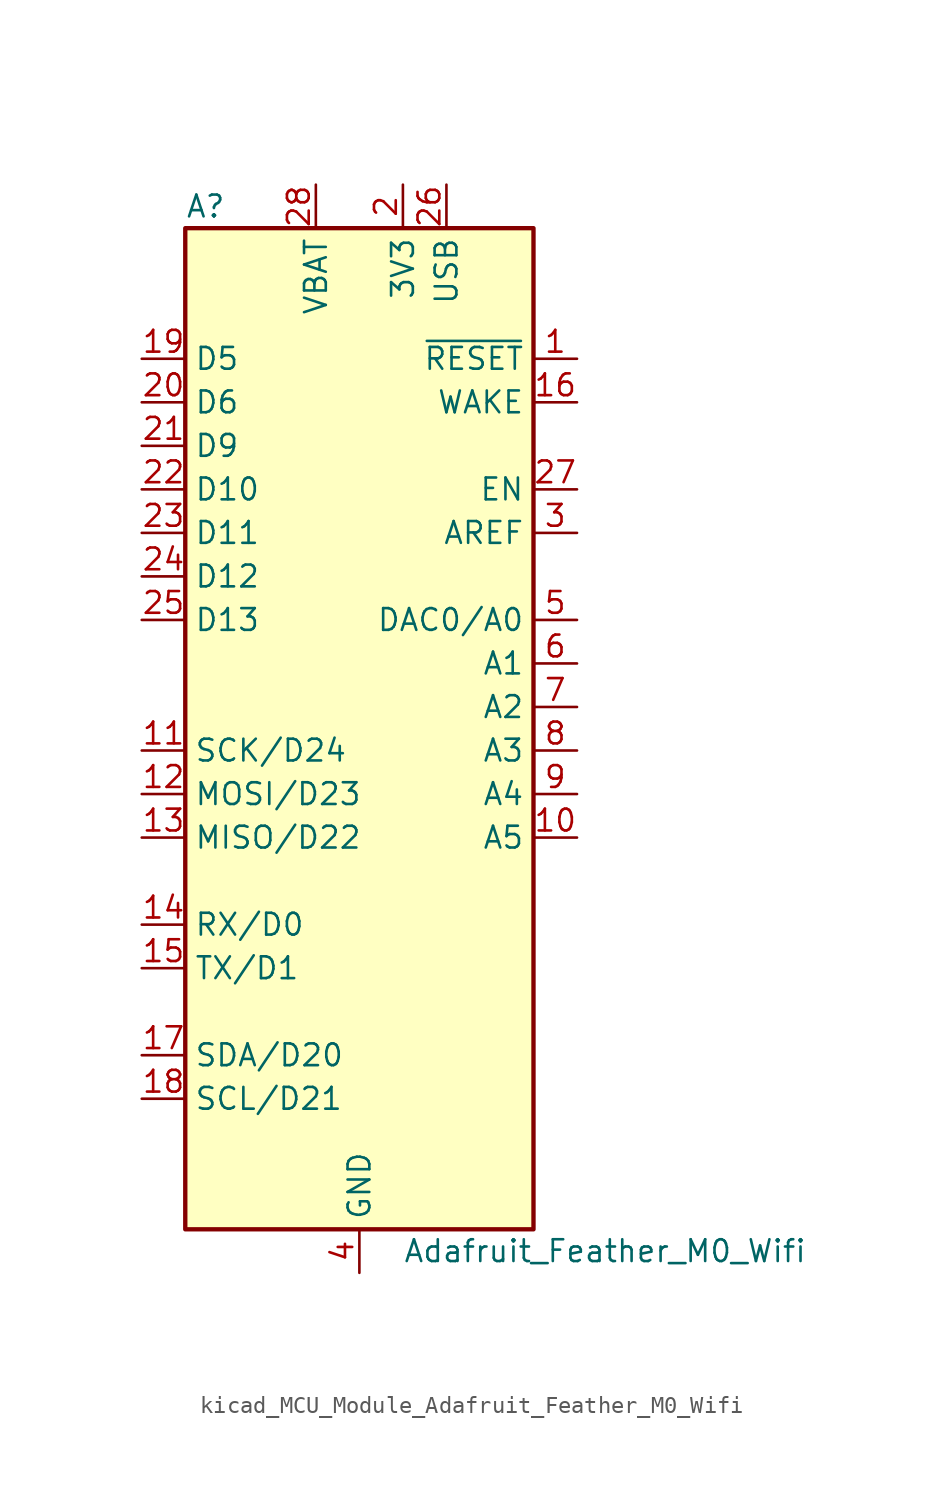
<source format=kicad_sym>
(kicad_symbol_lib
  (version 20220914)
  (generator kicad_symbol_editor)
  (symbol "kicad_MCU_Module_Adafruit_Feather_M0_Wifi"
    (property "Reference" "A"
      (at -10.16 29.21 0)
      (effects (font (size 1.27 1.27)) (justify left)))
    (property "Value" "Adafruit_Feather_M0_Wifi"
      (at 2.54 -31.75 0)
      (effects (font (size 1.27 1.27)) (justify left)))
    (symbol "kicad_MCU_Module_Adafruit_Feather_M0_Wifi_0_1"
      (rectangle (start -10.16 27.94) (end 10.16 -30.48) (stroke (width 0.254) (type default)) (fill (type background))))
    (symbol "kicad_MCU_Module_Adafruit_Feather_M0_Wifi_1_1"
      (pin input line (at 12.7 20.32 180) (length 2.54) (name "~{RESET}" (effects (font (size 1.27 1.27)))) (number "1" (effects (font (size 1.27 1.27)))))
      (pin bidirectional line (at 12.7 -7.62 180) (length 2.54) (name "A5" (effects (font (size 1.27 1.27)))) (number "10" (effects (font (size 1.27 1.27)))))
      (pin bidirectional line (at -12.7 -2.54 0) (length 2.54) (name "SCK/D24" (effects (font (size 1.27 1.27)))) (number "11" (effects (font (size 1.27 1.27)))))
      (pin bidirectional line (at -12.7 -5.08 0) (length 2.54) (name "MOSI/D23" (effects (font (size 1.27 1.27)))) (number "12" (effects (font (size 1.27 1.27)))))
      (pin bidirectional line (at -12.7 -7.62 0) (length 2.54) (name "MISO/D22" (effects (font (size 1.27 1.27)))) (number "13" (effects (font (size 1.27 1.27)))))
      (pin bidirectional line (at -12.7 -12.7 0) (length 2.54) (name "RX/D0" (effects (font (size 1.27 1.27)))) (number "14" (effects (font (size 1.27 1.27)))))
      (pin bidirectional line (at -12.7 -15.24 0) (length 2.54) (name "TX/D1" (effects (font (size 1.27 1.27)))) (number "15" (effects (font (size 1.27 1.27)))))
      (pin input line (at 12.7 17.78 180) (length 2.54) (name "WAKE" (effects (font (size 1.27 1.27)))) (number "16" (effects (font (size 1.27 1.27)))))
      (pin bidirectional line (at -12.7 -20.32 0) (length 2.54) (name "SDA/D20" (effects (font (size 1.27 1.27)))) (number "17" (effects (font (size 1.27 1.27)))))
      (pin bidirectional line (at -12.7 -22.86 0) (length 2.54) (name "SCL/D21" (effects (font (size 1.27 1.27)))) (number "18" (effects (font (size 1.27 1.27)))))
      (pin bidirectional line (at -12.7 20.32 0) (length 2.54) (name "D5" (effects (font (size 1.27 1.27)))) (number "19" (effects (font (size 1.27 1.27)))))
      (pin power_in line (at 2.54 30.48 270) (length 2.54) (name "3V3" (effects (font (size 1.27 1.27)))) (number "2" (effects (font (size 1.27 1.27)))))
      (pin bidirectional line (at -12.7 17.78 0) (length 2.54) (name "D6" (effects (font (size 1.27 1.27)))) (number "20" (effects (font (size 1.27 1.27)))))
      (pin bidirectional line (at -12.7 15.24 0) (length 2.54) (name "D9" (effects (font (size 1.27 1.27)))) (number "21" (effects (font (size 1.27 1.27)))))
      (pin bidirectional line (at -12.7 12.7 0) (length 2.54) (name "D10" (effects (font (size 1.27 1.27)))) (number "22" (effects (font (size 1.27 1.27)))))
      (pin bidirectional line (at -12.7 10.16 0) (length 2.54) (name "D11" (effects (font (size 1.27 1.27)))) (number "23" (effects (font (size 1.27 1.27)))))
      (pin bidirectional line (at -12.7 7.62 0) (length 2.54) (name "D12" (effects (font (size 1.27 1.27)))) (number "24" (effects (font (size 1.27 1.27)))))
      (pin bidirectional line (at -12.7 5.08 0) (length 2.54) (name "D13" (effects (font (size 1.27 1.27)))) (number "25" (effects (font (size 1.27 1.27)))))
      (pin power_in line (at 5.08 30.48 270) (length 2.54) (name "USB" (effects (font (size 1.27 1.27)))) (number "26" (effects (font (size 1.27 1.27)))))
      (pin input line (at 12.7 12.7 180) (length 2.54) (name "EN" (effects (font (size 1.27 1.27)))) (number "27" (effects (font (size 1.27 1.27)))))
      (pin power_in line (at -2.54 30.48 270) (length 2.54) (name "VBAT" (effects (font (size 1.27 1.27)))) (number "28" (effects (font (size 1.27 1.27)))))
      (pin input line (at 12.7 10.16 180) (length 2.54) (name "AREF" (effects (font (size 1.27 1.27)))) (number "3" (effects (font (size 1.27 1.27)))))
      (pin power_in line (at 0 -33.02 90) (length 2.54) (name "GND" (effects (font (size 1.27 1.27)))) (number "4" (effects (font (size 1.27 1.27)))))
      (pin bidirectional line (at 12.7 5.08 180) (length 2.54) (name "DAC0/A0" (effects (font (size 1.27 1.27)))) (number "5" (effects (font (size 1.27 1.27)))))
      (pin bidirectional line (at 12.7 2.54 180) (length 2.54) (name "A1" (effects (font (size 1.27 1.27)))) (number "6" (effects (font (size 1.27 1.27)))))
      (pin bidirectional line (at 12.7 0 180) (length 2.54) (name "A2" (effects (font (size 1.27 1.27)))) (number "7" (effects (font (size 1.27 1.27)))))
      (pin bidirectional line (at 12.7 -2.54 180) (length 2.54) (name "A3" (effects (font (size 1.27 1.27)))) (number "8" (effects (font (size 1.27 1.27)))))
      (pin bidirectional line (at 12.7 -5.08 180) (length 2.54) (name "A4" (effects (font (size 1.27 1.27)))) (number "9" (effects (font (size 1.27 1.27))))))))
</source>
